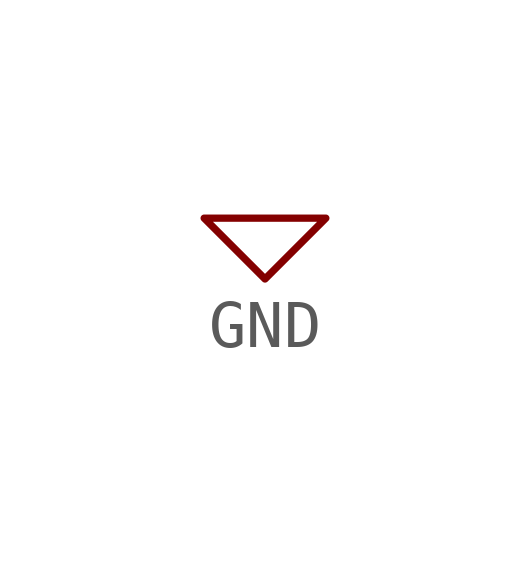
<source format=kicad_sym>
(kicad_symbol_lib
  (version 20211014)
  (generator kicad_symbol_editor)
  (symbol "GND"
    (power)
    (pin_names
      (offset 0))
    (property "Reference" "#PWR"
      (at 0 0 0)
      (effects (font (size 0.762 0.762)) hide))
    (symbol "GND_0_1"
      (polyline (pts (xy -1.27 0) (xy 0 -1.27) (xy 1.27 0) (xy -1.27 0)) (stroke (width 0) (type default) (color 0 0 0 0)) (fill (type none))))
    (symbol "GND_1_1"
      (pin power_in line (at 0 0 90) (length 0) hide (name "GND" (effects (font (size 0.762 0.762)))) (number "1" (effects (font (size 0.762 0.762))))))))
</source>
